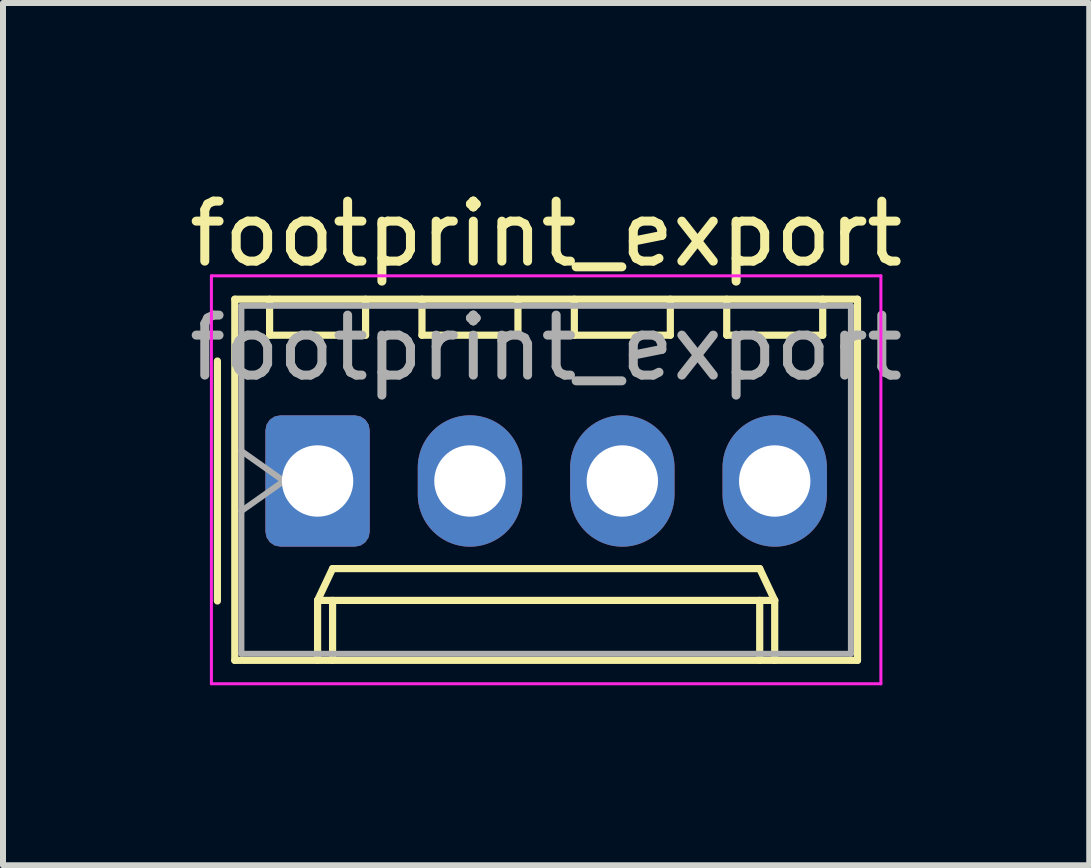
<source format=kicad_pcb>
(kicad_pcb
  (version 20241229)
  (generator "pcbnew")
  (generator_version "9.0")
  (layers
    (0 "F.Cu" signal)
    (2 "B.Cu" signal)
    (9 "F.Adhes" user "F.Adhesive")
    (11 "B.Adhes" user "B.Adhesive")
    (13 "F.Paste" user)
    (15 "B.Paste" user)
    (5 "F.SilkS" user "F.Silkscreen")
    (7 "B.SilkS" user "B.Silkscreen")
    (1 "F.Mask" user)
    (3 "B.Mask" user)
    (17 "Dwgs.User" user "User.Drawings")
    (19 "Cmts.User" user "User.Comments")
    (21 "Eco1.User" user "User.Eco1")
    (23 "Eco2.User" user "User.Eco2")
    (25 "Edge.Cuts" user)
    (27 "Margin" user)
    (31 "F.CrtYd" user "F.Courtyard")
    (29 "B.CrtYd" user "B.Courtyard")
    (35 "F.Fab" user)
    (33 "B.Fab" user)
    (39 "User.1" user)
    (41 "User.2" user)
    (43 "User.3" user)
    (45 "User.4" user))
  (footprint "footprint_export"
    (layer "F.Cu")
    (at 2.244 4.968)
    (property "Reference" "footprint_export" (at 3.81 -4.12 0) (layer "F.SilkS") (effects (font (size 1 1) (thickness 0.15))))
    (attr through_hole)
    (fp_line (start -1.67 -2) (end -1.67 2) (stroke (width 0.12) (type solid)) (layer "F.SilkS"))
    (fp_line (start -1.38 -3.03) (end -1.38 2.99) (stroke (width 0.12) (type solid)) (layer "F.SilkS"))
    (fp_line (start -1.38 2.99) (end 9 2.99) (stroke (width 0.12) (type solid)) (layer "F.SilkS"))
    (fp_line (start -0.8 -3.03) (end -0.8 -2.43) (stroke (width 0.12) (type solid)) (layer "F.SilkS"))
    (fp_line (start -0.8 -2.43) (end 0.8 -2.43) (stroke (width 0.12) (type solid)) (layer "F.SilkS"))
    (fp_line (start 0 1.99) (end 0.25 1.46) (stroke (width 0.12) (type solid)) (layer "F.SilkS"))
    (fp_line (start 0 1.99) (end 7.62 1.99) (stroke (width 0.12) (type solid)) (layer "F.SilkS"))
    (fp_line (start 0 2.99) (end 0 1.99) (stroke (width 0.12) (type solid)) (layer "F.SilkS"))
    (fp_line (start 0.25 1.46) (end 7.37 1.46) (stroke (width 0.12) (type solid)) (layer "F.SilkS"))
    (fp_line (start 0.25 2.99) (end 0.25 1.99) (stroke (width 0.12) (type solid)) (layer "F.SilkS"))
    (fp_line (start 0.8 -2.43) (end 0.8 -3.03) (stroke (width 0.12) (type solid)) (layer "F.SilkS"))
    (fp_line (start 1.74 -3.03) (end 1.74 -2.43) (stroke (width 0.12) (type solid)) (layer "F.SilkS"))
    (fp_line (start 1.74 -2.43) (end 3.34 -2.43) (stroke (width 0.12) (type solid)) (layer "F.SilkS"))
    (fp_line (start 3.34 -2.43) (end 3.34 -3.03) (stroke (width 0.12) (type solid)) (layer "F.SilkS"))
    (fp_line (start 4.28 -3.03) (end 4.28 -2.43) (stroke (width 0.12) (type solid)) (layer "F.SilkS"))
    (fp_line (start 4.28 -2.43) (end 5.88 -2.43) (stroke (width 0.12) (type solid)) (layer "F.SilkS"))
    (fp_line (start 5.88 -2.43) (end 5.88 -3.03) (stroke (width 0.12) (type solid)) (layer "F.SilkS"))
    (fp_line (start 6.82 -3.03) (end 6.82 -2.43) (stroke (width 0.12) (type solid)) (layer "F.SilkS"))
    (fp_line (start 6.82 -2.43) (end 8.42 -2.43) (stroke (width 0.12) (type solid)) (layer "F.SilkS"))
    (fp_line (start 7.37 1.46) (end 7.62 1.99) (stroke (width 0.12) (type solid)) (layer "F.SilkS"))
    (fp_line (start 7.37 2.99) (end 7.37 1.99) (stroke (width 0.12) (type solid)) (layer "F.SilkS"))
    (fp_line (start 7.62 1.99) (end 7.62 2.99) (stroke (width 0.12) (type solid)) (layer "F.SilkS"))
    (fp_line (start 8.42 -2.43) (end 8.42 -3.03) (stroke (width 0.12) (type solid)) (layer "F.SilkS"))
    (fp_line (start 9 -3.03) (end -1.38 -3.03) (stroke (width 0.12) (type solid)) (layer "F.SilkS"))
    (fp_line (start 9 2.99) (end 9 -3.03) (stroke (width 0.12) (type solid)) (layer "F.SilkS"))
    (fp_line (start -1.77 -3.42) (end -1.77 3.38) (stroke (width 0.05) (type solid)) (layer "F.CrtYd"))
    (fp_line (start -1.77 3.38) (end 9.39 3.38) (stroke (width 0.05) (type solid)) (layer "F.CrtYd"))
    (fp_line (start 9.39 -3.42) (end -1.77 -3.42) (stroke (width 0.05) (type solid)) (layer "F.CrtYd"))
    (fp_line (start 9.39 3.38) (end 9.39 -3.42) (stroke (width 0.05) (type solid)) (layer "F.CrtYd"))
    (fp_line (start -1.27 -2.92) (end -1.27 2.88) (stroke (width 0.1) (type solid)) (layer "F.Fab"))
    (fp_line (start -1.27 -0.5) (end -0.563 0) (stroke (width 0.1) (type solid)) (layer "F.Fab"))
    (fp_line (start -1.27 2.88) (end 8.89 2.88) (stroke (width 0.1) (type solid)) (layer "F.Fab"))
    (fp_line (start -0.563 0) (end -1.27 0.5) (stroke (width 0.1) (type solid)) (layer "F.Fab"))
    (fp_line (start 8.89 -2.92) (end -1.27 -2.92) (stroke (width 0.1) (type solid)) (layer "F.Fab"))
    (fp_line (start 8.89 2.88) (end 8.89 -2.92) (stroke (width 0.1) (type solid)) (layer "F.Fab"))
    (fp_text user "${REFERENCE}" (at 3.81 -2.22 0) (layer "F.Fab") (effects (font (size 1 1) (thickness 0.15))))
    (pad "1" thru_hole roundrect (at 0 0) (size 1.74 2.19) (drill 1.19) (layers "*.Cu" "*.Mask") (roundrect_rratio 0.144))
    (pad "2" thru_hole oval (at 2.54 0) (size 1.74 2.19) (drill 1.19) (layers "*.Cu" "*.Mask"))
    (pad "3" thru_hole oval (at 5.08 0) (size 1.74 2.19) (drill 1.19) (layers "*.Cu" "*.Mask"))
    (pad "4" thru_hole oval (at 7.62 0) (size 1.74 2.19) (drill 1.19) (layers "*.Cu" "*.Mask")))
  (gr_rect
    (start -3 -3)
    (end 15.107 11.373)
    (stroke (width 0.1) (type default))
    (fill no)
    (layer "Edge.Cuts")))
</source>
